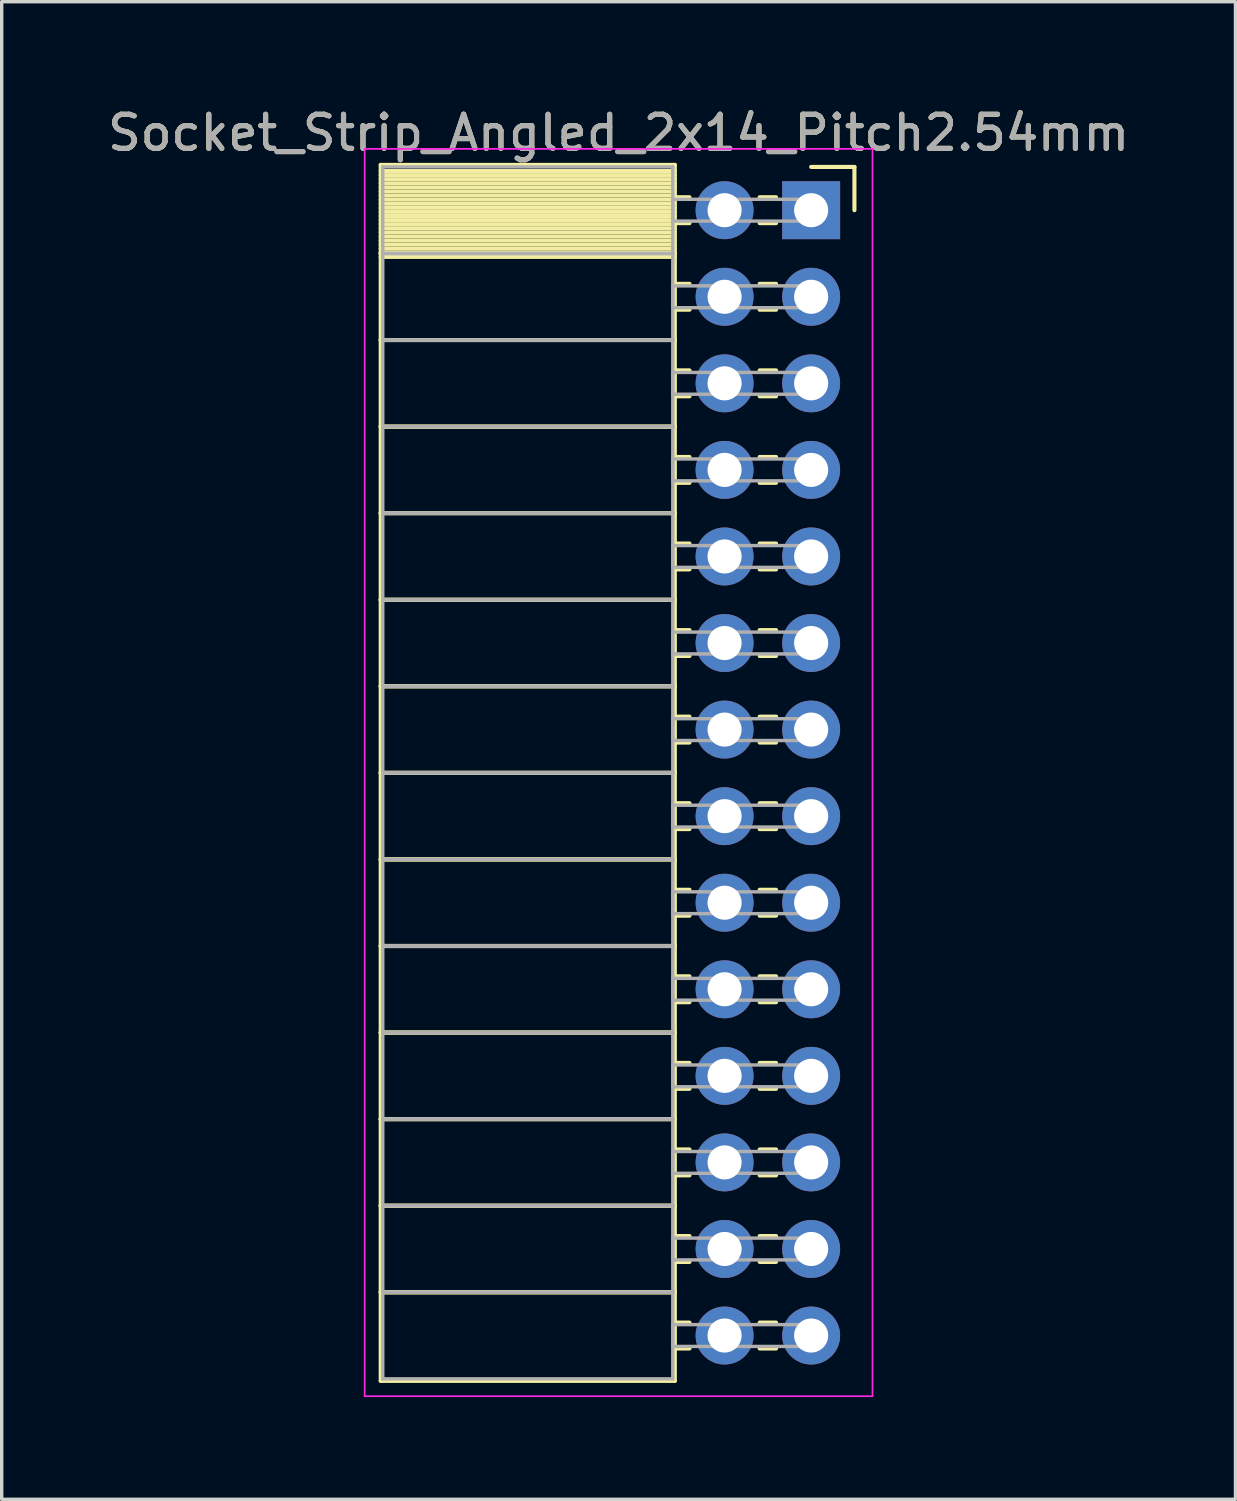
<source format=kicad_pcb>
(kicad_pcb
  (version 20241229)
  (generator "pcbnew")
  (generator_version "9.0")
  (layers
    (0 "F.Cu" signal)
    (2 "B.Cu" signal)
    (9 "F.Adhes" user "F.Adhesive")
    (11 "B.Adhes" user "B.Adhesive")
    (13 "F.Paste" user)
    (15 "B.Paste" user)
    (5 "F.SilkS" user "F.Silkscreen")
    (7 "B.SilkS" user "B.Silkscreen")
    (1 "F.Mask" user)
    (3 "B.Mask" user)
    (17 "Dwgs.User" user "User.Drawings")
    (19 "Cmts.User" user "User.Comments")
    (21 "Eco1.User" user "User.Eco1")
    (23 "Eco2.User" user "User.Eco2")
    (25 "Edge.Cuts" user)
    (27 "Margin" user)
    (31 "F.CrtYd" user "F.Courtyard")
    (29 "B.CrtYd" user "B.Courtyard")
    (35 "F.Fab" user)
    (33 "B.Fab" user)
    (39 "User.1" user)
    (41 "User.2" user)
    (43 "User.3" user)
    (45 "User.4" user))
  (footprint "Socket_Strip_Angled_2x14_Pitch2.54mm"
    (layer "F.Cu")
    (at 20.751 3.118)
    (property "Reference" "Socket_Strip_Angled_2x14_Pitch2.54mm" (at -5.65 -2.27 0) (layer "F.SilkS") (effects (font (size 1 1) (thickness 0.15))))
    (attr through_hole)
    (fp_line (start -12.63 -1.33) (end -4 -1.33) (stroke (width 0.12) (type solid)) (layer "F.SilkS"))
    (fp_line (start -12.63 1.27) (end -12.63 -1.33) (stroke (width 0.12) (type solid)) (layer "F.SilkS"))
    (fp_line (start -12.63 1.27) (end -4 1.27) (stroke (width 0.12) (type solid)) (layer "F.SilkS"))
    (fp_line (start -12.63 3.81) (end -12.63 1.27) (stroke (width 0.12) (type solid)) (layer "F.SilkS"))
    (fp_line (start -12.63 3.81) (end -4 3.81) (stroke (width 0.12) (type solid)) (layer "F.SilkS"))
    (fp_line (start -12.63 6.35) (end -12.63 3.81) (stroke (width 0.12) (type solid)) (layer "F.SilkS"))
    (fp_line (start -12.63 6.35) (end -4 6.35) (stroke (width 0.12) (type solid)) (layer "F.SilkS"))
    (fp_line (start -12.63 8.89) (end -12.63 6.35) (stroke (width 0.12) (type solid)) (layer "F.SilkS"))
    (fp_line (start -12.63 8.89) (end -4 8.89) (stroke (width 0.12) (type solid)) (layer "F.SilkS"))
    (fp_line (start -12.63 11.43) (end -12.63 8.89) (stroke (width 0.12) (type solid)) (layer "F.SilkS"))
    (fp_line (start -12.63 11.43) (end -4 11.43) (stroke (width 0.12) (type solid)) (layer "F.SilkS"))
    (fp_line (start -12.63 13.97) (end -12.63 11.43) (stroke (width 0.12) (type solid)) (layer "F.SilkS"))
    (fp_line (start -12.63 13.97) (end -4 13.97) (stroke (width 0.12) (type solid)) (layer "F.SilkS"))
    (fp_line (start -12.63 16.51) (end -12.63 13.97) (stroke (width 0.12) (type solid)) (layer "F.SilkS"))
    (fp_line (start -12.63 16.51) (end -4 16.51) (stroke (width 0.12) (type solid)) (layer "F.SilkS"))
    (fp_line (start -12.63 19.05) (end -12.63 16.51) (stroke (width 0.12) (type solid)) (layer "F.SilkS"))
    (fp_line (start -12.63 19.05) (end -4 19.05) (stroke (width 0.12) (type solid)) (layer "F.SilkS"))
    (fp_line (start -12.63 21.59) (end -12.63 19.05) (stroke (width 0.12) (type solid)) (layer "F.SilkS"))
    (fp_line (start -12.63 21.59) (end -4 21.59) (stroke (width 0.12) (type solid)) (layer "F.SilkS"))
    (fp_line (start -12.63 24.13) (end -12.63 21.59) (stroke (width 0.12) (type solid)) (layer "F.SilkS"))
    (fp_line (start -12.63 24.13) (end -4 24.13) (stroke (width 0.12) (type solid)) (layer "F.SilkS"))
    (fp_line (start -12.63 26.67) (end -12.63 24.13) (stroke (width 0.12) (type solid)) (layer "F.SilkS"))
    (fp_line (start -12.63 26.67) (end -4 26.67) (stroke (width 0.12) (type solid)) (layer "F.SilkS"))
    (fp_line (start -12.63 29.21) (end -12.63 26.67) (stroke (width 0.12) (type solid)) (layer "F.SilkS"))
    (fp_line (start -12.63 29.21) (end -4 29.21) (stroke (width 0.12) (type solid)) (layer "F.SilkS"))
    (fp_line (start -12.63 31.75) (end -12.63 29.21) (stroke (width 0.12) (type solid)) (layer "F.SilkS"))
    (fp_line (start -12.63 31.75) (end -4 31.75) (stroke (width 0.12) (type solid)) (layer "F.SilkS"))
    (fp_line (start -12.63 34.35) (end -12.63 31.75) (stroke (width 0.12) (type solid)) (layer "F.SilkS"))
    (fp_line (start -4 -1.33) (end -4 1.27) (stroke (width 0.12) (type solid)) (layer "F.SilkS"))
    (fp_line (start -4 -1.15) (end -12.63 -1.15) (stroke (width 0.12) (type solid)) (layer "F.SilkS"))
    (fp_line (start -4 -1.03) (end -12.63 -1.03) (stroke (width 0.12) (type solid)) (layer "F.SilkS"))
    (fp_line (start -4 -0.91) (end -12.63 -0.91) (stroke (width 0.12) (type solid)) (layer "F.SilkS"))
    (fp_line (start -4 -0.79) (end -12.63 -0.79) (stroke (width 0.12) (type solid)) (layer "F.SilkS"))
    (fp_line (start -4 -0.67) (end -12.63 -0.67) (stroke (width 0.12) (type solid)) (layer "F.SilkS"))
    (fp_line (start -4 -0.55) (end -12.63 -0.55) (stroke (width 0.12) (type solid)) (layer "F.SilkS"))
    (fp_line (start -4 -0.43) (end -12.63 -0.43) (stroke (width 0.12) (type solid)) (layer "F.SilkS"))
    (fp_line (start -4 -0.31) (end -12.63 -0.31) (stroke (width 0.12) (type solid)) (layer "F.SilkS"))
    (fp_line (start -4 -0.19) (end -12.63 -0.19) (stroke (width 0.12) (type solid)) (layer "F.SilkS"))
    (fp_line (start -4 -0.07) (end -12.63 -0.07) (stroke (width 0.12) (type solid)) (layer "F.SilkS"))
    (fp_line (start -4 0.05) (end -12.63 0.05) (stroke (width 0.12) (type solid)) (layer "F.SilkS"))
    (fp_line (start -4 0.17) (end -12.63 0.17) (stroke (width 0.12) (type solid)) (layer "F.SilkS"))
    (fp_line (start -4 0.29) (end -12.63 0.29) (stroke (width 0.12) (type solid)) (layer "F.SilkS"))
    (fp_line (start -4 0.41) (end -12.63 0.41) (stroke (width 0.12) (type solid)) (layer "F.SilkS"))
    (fp_line (start -4 0.53) (end -12.63 0.53) (stroke (width 0.12) (type solid)) (layer "F.SilkS"))
    (fp_line (start -4 0.65) (end -12.63 0.65) (stroke (width 0.12) (type solid)) (layer "F.SilkS"))
    (fp_line (start -4 0.77) (end -12.63 0.77) (stroke (width 0.12) (type solid)) (layer "F.SilkS"))
    (fp_line (start -4 0.89) (end -12.63 0.89) (stroke (width 0.12) (type solid)) (layer "F.SilkS"))
    (fp_line (start -4 1.01) (end -12.63 1.01) (stroke (width 0.12) (type solid)) (layer "F.SilkS"))
    (fp_line (start -4 1.13) (end -12.63 1.13) (stroke (width 0.12) (type solid)) (layer "F.SilkS"))
    (fp_line (start -4 1.25) (end -12.63 1.25) (stroke (width 0.12) (type solid)) (layer "F.SilkS"))
    (fp_line (start -4 1.27) (end -12.63 1.27) (stroke (width 0.12) (type solid)) (layer "F.SilkS"))
    (fp_line (start -4 1.27) (end -4 3.81) (stroke (width 0.12) (type solid)) (layer "F.SilkS"))
    (fp_line (start -4 1.37) (end -12.63 1.37) (stroke (width 0.12) (type solid)) (layer "F.SilkS"))
    (fp_line (start -4 3.81) (end -12.63 3.81) (stroke (width 0.12) (type solid)) (layer "F.SilkS"))
    (fp_line (start -4 3.81) (end -4 6.35) (stroke (width 0.12) (type solid)) (layer "F.SilkS"))
    (fp_line (start -4 6.35) (end -12.63 6.35) (stroke (width 0.12) (type solid)) (layer "F.SilkS"))
    (fp_line (start -4 6.35) (end -4 8.89) (stroke (width 0.12) (type solid)) (layer "F.SilkS"))
    (fp_line (start -4 8.89) (end -12.63 8.89) (stroke (width 0.12) (type solid)) (layer "F.SilkS"))
    (fp_line (start -4 8.89) (end -4 11.43) (stroke (width 0.12) (type solid)) (layer "F.SilkS"))
    (fp_line (start -4 11.43) (end -12.63 11.43) (stroke (width 0.12) (type solid)) (layer "F.SilkS"))
    (fp_line (start -4 11.43) (end -4 13.97) (stroke (width 0.12) (type solid)) (layer "F.SilkS"))
    (fp_line (start -4 13.97) (end -12.63 13.97) (stroke (width 0.12) (type solid)) (layer "F.SilkS"))
    (fp_line (start -4 13.97) (end -4 16.51) (stroke (width 0.12) (type solid)) (layer "F.SilkS"))
    (fp_line (start -4 16.51) (end -12.63 16.51) (stroke (width 0.12) (type solid)) (layer "F.SilkS"))
    (fp_line (start -4 16.51) (end -4 19.05) (stroke (width 0.12) (type solid)) (layer "F.SilkS"))
    (fp_line (start -4 19.05) (end -12.63 19.05) (stroke (width 0.12) (type solid)) (layer "F.SilkS"))
    (fp_line (start -4 19.05) (end -4 21.59) (stroke (width 0.12) (type solid)) (layer "F.SilkS"))
    (fp_line (start -4 21.59) (end -12.63 21.59) (stroke (width 0.12) (type solid)) (layer "F.SilkS"))
    (fp_line (start -4 21.59) (end -4 24.13) (stroke (width 0.12) (type solid)) (layer "F.SilkS"))
    (fp_line (start -4 24.13) (end -12.63 24.13) (stroke (width 0.12) (type solid)) (layer "F.SilkS"))
    (fp_line (start -4 24.13) (end -4 26.67) (stroke (width 0.12) (type solid)) (layer "F.SilkS"))
    (fp_line (start -4 26.67) (end -12.63 26.67) (stroke (width 0.12) (type solid)) (layer "F.SilkS"))
    (fp_line (start -4 26.67) (end -4 29.21) (stroke (width 0.12) (type solid)) (layer "F.SilkS"))
    (fp_line (start -4 29.21) (end -12.63 29.21) (stroke (width 0.12) (type solid)) (layer "F.SilkS"))
    (fp_line (start -4 29.21) (end -4 31.75) (stroke (width 0.12) (type solid)) (layer "F.SilkS"))
    (fp_line (start -4 31.75) (end -12.63 31.75) (stroke (width 0.12) (type solid)) (layer "F.SilkS"))
    (fp_line (start -4 31.75) (end -4 34.35) (stroke (width 0.12) (type solid)) (layer "F.SilkS"))
    (fp_line (start -4 34.35) (end -12.63 34.35) (stroke (width 0.12) (type solid)) (layer "F.SilkS"))
    (fp_line (start -3.57 -0.38) (end -4 -0.38) (stroke (width 0.12) (type solid)) (layer "F.SilkS"))
    (fp_line (start -3.57 0.38) (end -4 0.38) (stroke (width 0.12) (type solid)) (layer "F.SilkS"))
    (fp_line (start -3.57 2.16) (end -4 2.16) (stroke (width 0.12) (type solid)) (layer "F.SilkS"))
    (fp_line (start -3.57 2.92) (end -4 2.92) (stroke (width 0.12) (type solid)) (layer "F.SilkS"))
    (fp_line (start -3.57 4.7) (end -4 4.7) (stroke (width 0.12) (type solid)) (layer "F.SilkS"))
    (fp_line (start -3.57 5.46) (end -4 5.46) (stroke (width 0.12) (type solid)) (layer "F.SilkS"))
    (fp_line (start -3.57 7.24) (end -4 7.24) (stroke (width 0.12) (type solid)) (layer "F.SilkS"))
    (fp_line (start -3.57 8) (end -4 8) (stroke (width 0.12) (type solid)) (layer "F.SilkS"))
    (fp_line (start -3.57 9.78) (end -4 9.78) (stroke (width 0.12) (type solid)) (layer "F.SilkS"))
    (fp_line (start -3.57 10.54) (end -4 10.54) (stroke (width 0.12) (type solid)) (layer "F.SilkS"))
    (fp_line (start -3.57 12.32) (end -4 12.32) (stroke (width 0.12) (type solid)) (layer "F.SilkS"))
    (fp_line (start -3.57 13.08) (end -4 13.08) (stroke (width 0.12) (type solid)) (layer "F.SilkS"))
    (fp_line (start -3.57 14.86) (end -4 14.86) (stroke (width 0.12) (type solid)) (layer "F.SilkS"))
    (fp_line (start -3.57 15.62) (end -4 15.62) (stroke (width 0.12) (type solid)) (layer "F.SilkS"))
    (fp_line (start -3.57 17.4) (end -4 17.4) (stroke (width 0.12) (type solid)) (layer "F.SilkS"))
    (fp_line (start -3.57 18.16) (end -4 18.16) (stroke (width 0.12) (type solid)) (layer "F.SilkS"))
    (fp_line (start -3.57 19.94) (end -4 19.94) (stroke (width 0.12) (type solid)) (layer "F.SilkS"))
    (fp_line (start -3.57 20.7) (end -4 20.7) (stroke (width 0.12) (type solid)) (layer "F.SilkS"))
    (fp_line (start -3.57 22.48) (end -4 22.48) (stroke (width 0.12) (type solid)) (layer "F.SilkS"))
    (fp_line (start -3.57 23.24) (end -4 23.24) (stroke (width 0.12) (type solid)) (layer "F.SilkS"))
    (fp_line (start -3.57 25.02) (end -4 25.02) (stroke (width 0.12) (type solid)) (layer "F.SilkS"))
    (fp_line (start -3.57 25.78) (end -4 25.78) (stroke (width 0.12) (type solid)) (layer "F.SilkS"))
    (fp_line (start -3.57 27.56) (end -4 27.56) (stroke (width 0.12) (type solid)) (layer "F.SilkS"))
    (fp_line (start -3.57 28.32) (end -4 28.32) (stroke (width 0.12) (type solid)) (layer "F.SilkS"))
    (fp_line (start -3.57 30.1) (end -4 30.1) (stroke (width 0.12) (type solid)) (layer "F.SilkS"))
    (fp_line (start -3.57 30.86) (end -4 30.86) (stroke (width 0.12) (type solid)) (layer "F.SilkS"))
    (fp_line (start -3.57 32.64) (end -4 32.64) (stroke (width 0.12) (type solid)) (layer "F.SilkS"))
    (fp_line (start -3.57 33.4) (end -4 33.4) (stroke (width 0.12) (type solid)) (layer "F.SilkS"))
    (fp_line (start -1.03 -0.38) (end -1.51 -0.38) (stroke (width 0.12) (type solid)) (layer "F.SilkS"))
    (fp_line (start -1.03 0.38) (end -1.51 0.38) (stroke (width 0.12) (type solid)) (layer "F.SilkS"))
    (fp_line (start -1.03 2.16) (end -1.51 2.16) (stroke (width 0.12) (type solid)) (layer "F.SilkS"))
    (fp_line (start -1.03 2.92) (end -1.51 2.92) (stroke (width 0.12) (type solid)) (layer "F.SilkS"))
    (fp_line (start -1.03 4.7) (end -1.51 4.7) (stroke (width 0.12) (type solid)) (layer "F.SilkS"))
    (fp_line (start -1.03 5.46) (end -1.51 5.46) (stroke (width 0.12) (type solid)) (layer "F.SilkS"))
    (fp_line (start -1.03 7.24) (end -1.51 7.24) (stroke (width 0.12) (type solid)) (layer "F.SilkS"))
    (fp_line (start -1.03 8) (end -1.51 8) (stroke (width 0.12) (type solid)) (layer "F.SilkS"))
    (fp_line (start -1.03 9.78) (end -1.51 9.78) (stroke (width 0.12) (type solid)) (layer "F.SilkS"))
    (fp_line (start -1.03 10.54) (end -1.51 10.54) (stroke (width 0.12) (type solid)) (layer "F.SilkS"))
    (fp_line (start -1.03 12.32) (end -1.51 12.32) (stroke (width 0.12) (type solid)) (layer "F.SilkS"))
    (fp_line (start -1.03 13.08) (end -1.51 13.08) (stroke (width 0.12) (type solid)) (layer "F.SilkS"))
    (fp_line (start -1.03 14.86) (end -1.51 14.86) (stroke (width 0.12) (type solid)) (layer "F.SilkS"))
    (fp_line (start -1.03 15.62) (end -1.51 15.62) (stroke (width 0.12) (type solid)) (layer "F.SilkS"))
    (fp_line (start -1.03 17.4) (end -1.51 17.4) (stroke (width 0.12) (type solid)) (layer "F.SilkS"))
    (fp_line (start -1.03 18.16) (end -1.51 18.16) (stroke (width 0.12) (type solid)) (layer "F.SilkS"))
    (fp_line (start -1.03 19.94) (end -1.51 19.94) (stroke (width 0.12) (type solid)) (layer "F.SilkS"))
    (fp_line (start -1.03 20.7) (end -1.51 20.7) (stroke (width 0.12) (type solid)) (layer "F.SilkS"))
    (fp_line (start -1.03 22.48) (end -1.51 22.48) (stroke (width 0.12) (type solid)) (layer "F.SilkS"))
    (fp_line (start -1.03 23.24) (end -1.51 23.24) (stroke (width 0.12) (type solid)) (layer "F.SilkS"))
    (fp_line (start -1.03 25.02) (end -1.51 25.02) (stroke (width 0.12) (type solid)) (layer "F.SilkS"))
    (fp_line (start -1.03 25.78) (end -1.51 25.78) (stroke (width 0.12) (type solid)) (layer "F.SilkS"))
    (fp_line (start -1.03 27.56) (end -1.51 27.56) (stroke (width 0.12) (type solid)) (layer "F.SilkS"))
    (fp_line (start -1.03 28.32) (end -1.51 28.32) (stroke (width 0.12) (type solid)) (layer "F.SilkS"))
    (fp_line (start -1.03 30.1) (end -1.51 30.1) (stroke (width 0.12) (type solid)) (layer "F.SilkS"))
    (fp_line (start -1.03 30.86) (end -1.51 30.86) (stroke (width 0.12) (type solid)) (layer "F.SilkS"))
    (fp_line (start -1.03 32.64) (end -1.51 32.64) (stroke (width 0.12) (type solid)) (layer "F.SilkS"))
    (fp_line (start -1.03 33.4) (end -1.51 33.4) (stroke (width 0.12) (type solid)) (layer "F.SilkS"))
    (fp_line (start 0 -1.27) (end 1.27 -1.27) (stroke (width 0.12) (type solid)) (layer "F.SilkS"))
    (fp_line (start 1.27 -1.27) (end 1.27 0) (stroke (width 0.12) (type solid)) (layer "F.SilkS"))
    (fp_line (start -13.1 -1.8) (end 1.8 -1.8) (stroke (width 0.05) (type solid)) (layer "F.CrtYd"))
    (fp_line (start -13.1 34.8) (end -13.1 -1.8) (stroke (width 0.05) (type solid)) (layer "F.CrtYd"))
    (fp_line (start 1.8 -1.8) (end 1.8 34.8) (stroke (width 0.05) (type solid)) (layer "F.CrtYd"))
    (fp_line (start 1.8 34.8) (end -13.1 34.8) (stroke (width 0.05) (type solid)) (layer "F.CrtYd"))
    (fp_line (start -12.57 -1.27) (end -4.06 -1.27) (stroke (width 0.1) (type solid)) (layer "F.Fab"))
    (fp_line (start -12.57 1.27) (end -12.57 -1.27) (stroke (width 0.1) (type solid)) (layer "F.Fab"))
    (fp_line (start -12.57 1.27) (end -4.06 1.27) (stroke (width 0.1) (type solid)) (layer "F.Fab"))
    (fp_line (start -12.57 3.81) (end -12.57 1.27) (stroke (width 0.1) (type solid)) (layer "F.Fab"))
    (fp_line (start -12.57 3.81) (end -4.06 3.81) (stroke (width 0.1) (type solid)) (layer "F.Fab"))
    (fp_line (start -12.57 6.35) (end -12.57 3.81) (stroke (width 0.1) (type solid)) (layer "F.Fab"))
    (fp_line (start -12.57 6.35) (end -4.06 6.35) (stroke (width 0.1) (type solid)) (layer "F.Fab"))
    (fp_line (start -12.57 8.89) (end -12.57 6.35) (stroke (width 0.1) (type solid)) (layer "F.Fab"))
    (fp_line (start -12.57 8.89) (end -4.06 8.89) (stroke (width 0.1) (type solid)) (layer "F.Fab"))
    (fp_line (start -12.57 11.43) (end -12.57 8.89) (stroke (width 0.1) (type solid)) (layer "F.Fab"))
    (fp_line (start -12.57 11.43) (end -4.06 11.43) (stroke (width 0.1) (type solid)) (layer "F.Fab"))
    (fp_line (start -12.57 13.97) (end -12.57 11.43) (stroke (width 0.1) (type solid)) (layer "F.Fab"))
    (fp_line (start -12.57 13.97) (end -4.06 13.97) (stroke (width 0.1) (type solid)) (layer "F.Fab"))
    (fp_line (start -12.57 16.51) (end -12.57 13.97) (stroke (width 0.1) (type solid)) (layer "F.Fab"))
    (fp_line (start -12.57 16.51) (end -4.06 16.51) (stroke (width 0.1) (type solid)) (layer "F.Fab"))
    (fp_line (start -12.57 19.05) (end -12.57 16.51) (stroke (width 0.1) (type solid)) (layer "F.Fab"))
    (fp_line (start -12.57 19.05) (end -4.06 19.05) (stroke (width 0.1) (type solid)) (layer "F.Fab"))
    (fp_line (start -12.57 21.59) (end -12.57 19.05) (stroke (width 0.1) (type solid)) (layer "F.Fab"))
    (fp_line (start -12.57 21.59) (end -4.06 21.59) (stroke (width 0.1) (type solid)) (layer "F.Fab"))
    (fp_line (start -12.57 24.13) (end -12.57 21.59) (stroke (width 0.1) (type solid)) (layer "F.Fab"))
    (fp_line (start -12.57 24.13) (end -4.06 24.13) (stroke (width 0.1) (type solid)) (layer "F.Fab"))
    (fp_line (start -12.57 26.67) (end -12.57 24.13) (stroke (width 0.1) (type solid)) (layer "F.Fab"))
    (fp_line (start -12.57 26.67) (end -4.06 26.67) (stroke (width 0.1) (type solid)) (layer "F.Fab"))
    (fp_line (start -12.57 29.21) (end -12.57 26.67) (stroke (width 0.1) (type solid)) (layer "F.Fab"))
    (fp_line (start -12.57 29.21) (end -4.06 29.21) (stroke (width 0.1) (type solid)) (layer "F.Fab"))
    (fp_line (start -12.57 31.75) (end -12.57 29.21) (stroke (width 0.1) (type solid)) (layer "F.Fab"))
    (fp_line (start -12.57 31.75) (end -4.06 31.75) (stroke (width 0.1) (type solid)) (layer "F.Fab"))
    (fp_line (start -12.57 34.29) (end -12.57 31.75) (stroke (width 0.1) (type solid)) (layer "F.Fab"))
    (fp_line (start -4.06 -1.27) (end -4.06 1.27) (stroke (width 0.1) (type solid)) (layer "F.Fab"))
    (fp_line (start -4.06 -0.32) (end 0 -0.32) (stroke (width 0.1) (type solid)) (layer "F.Fab"))
    (fp_line (start -4.06 0.32) (end -4.06 -0.32) (stroke (width 0.1) (type solid)) (layer "F.Fab"))
    (fp_line (start -4.06 1.27) (end -12.57 1.27) (stroke (width 0.1) (type solid)) (layer "F.Fab"))
    (fp_line (start -4.06 1.27) (end -4.06 3.81) (stroke (width 0.1) (type solid)) (layer "F.Fab"))
    (fp_line (start -4.06 2.22) (end 0 2.22) (stroke (width 0.1) (type solid)) (layer "F.Fab"))
    (fp_line (start -4.06 2.86) (end -4.06 2.22) (stroke (width 0.1) (type solid)) (layer "F.Fab"))
    (fp_line (start -4.06 3.81) (end -12.57 3.81) (stroke (width 0.1) (type solid)) (layer "F.Fab"))
    (fp_line (start -4.06 3.81) (end -4.06 6.35) (stroke (width 0.1) (type solid)) (layer "F.Fab"))
    (fp_line (start -4.06 4.76) (end 0 4.76) (stroke (width 0.1) (type solid)) (layer "F.Fab"))
    (fp_line (start -4.06 5.4) (end -4.06 4.76) (stroke (width 0.1) (type solid)) (layer "F.Fab"))
    (fp_line (start -4.06 6.35) (end -12.57 6.35) (stroke (width 0.1) (type solid)) (layer "F.Fab"))
    (fp_line (start -4.06 6.35) (end -4.06 8.89) (stroke (width 0.1) (type solid)) (layer "F.Fab"))
    (fp_line (start -4.06 7.3) (end 0 7.3) (stroke (width 0.1) (type solid)) (layer "F.Fab"))
    (fp_line (start -4.06 7.94) (end -4.06 7.3) (stroke (width 0.1) (type solid)) (layer "F.Fab"))
    (fp_line (start -4.06 8.89) (end -12.57 8.89) (stroke (width 0.1) (type solid)) (layer "F.Fab"))
    (fp_line (start -4.06 8.89) (end -4.06 11.43) (stroke (width 0.1) (type solid)) (layer "F.Fab"))
    (fp_line (start -4.06 9.84) (end 0 9.84) (stroke (width 0.1) (type solid)) (layer "F.Fab"))
    (fp_line (start -4.06 10.48) (end -4.06 9.84) (stroke (width 0.1) (type solid)) (layer "F.Fab"))
    (fp_line (start -4.06 11.43) (end -12.57 11.43) (stroke (width 0.1) (type solid)) (layer "F.Fab"))
    (fp_line (start -4.06 11.43) (end -4.06 13.97) (stroke (width 0.1) (type solid)) (layer "F.Fab"))
    (fp_line (start -4.06 12.38) (end 0 12.38) (stroke (width 0.1) (type solid)) (layer "F.Fab"))
    (fp_line (start -4.06 13.02) (end -4.06 12.38) (stroke (width 0.1) (type solid)) (layer "F.Fab"))
    (fp_line (start -4.06 13.97) (end -12.57 13.97) (stroke (width 0.1) (type solid)) (layer "F.Fab"))
    (fp_line (start -4.06 13.97) (end -4.06 16.51) (stroke (width 0.1) (type solid)) (layer "F.Fab"))
    (fp_line (start -4.06 14.92) (end 0 14.92) (stroke (width 0.1) (type solid)) (layer "F.Fab"))
    (fp_line (start -4.06 15.56) (end -4.06 14.92) (stroke (width 0.1) (type solid)) (layer "F.Fab"))
    (fp_line (start -4.06 16.51) (end -12.57 16.51) (stroke (width 0.1) (type solid)) (layer "F.Fab"))
    (fp_line (start -4.06 16.51) (end -4.06 19.05) (stroke (width 0.1) (type solid)) (layer "F.Fab"))
    (fp_line (start -4.06 17.46) (end 0 17.46) (stroke (width 0.1) (type solid)) (layer "F.Fab"))
    (fp_line (start -4.06 18.1) (end -4.06 17.46) (stroke (width 0.1) (type solid)) (layer "F.Fab"))
    (fp_line (start -4.06 19.05) (end -12.57 19.05) (stroke (width 0.1) (type solid)) (layer "F.Fab"))
    (fp_line (start -4.06 19.05) (end -4.06 21.59) (stroke (width 0.1) (type solid)) (layer "F.Fab"))
    (fp_line (start -4.06 20) (end 0 20) (stroke (width 0.1) (type solid)) (layer "F.Fab"))
    (fp_line (start -4.06 20.64) (end -4.06 20) (stroke (width 0.1) (type solid)) (layer "F.Fab"))
    (fp_line (start -4.06 21.59) (end -12.57 21.59) (stroke (width 0.1) (type solid)) (layer "F.Fab"))
    (fp_line (start -4.06 21.59) (end -4.06 24.13) (stroke (width 0.1) (type solid)) (layer "F.Fab"))
    (fp_line (start -4.06 22.54) (end 0 22.54) (stroke (width 0.1) (type solid)) (layer "F.Fab"))
    (fp_line (start -4.06 23.18) (end -4.06 22.54) (stroke (width 0.1) (type solid)) (layer "F.Fab"))
    (fp_line (start -4.06 24.13) (end -12.57 24.13) (stroke (width 0.1) (type solid)) (layer "F.Fab"))
    (fp_line (start -4.06 24.13) (end -4.06 26.67) (stroke (width 0.1) (type solid)) (layer "F.Fab"))
    (fp_line (start -4.06 25.08) (end 0 25.08) (stroke (width 0.1) (type solid)) (layer "F.Fab"))
    (fp_line (start -4.06 25.72) (end -4.06 25.08) (stroke (width 0.1) (type solid)) (layer "F.Fab"))
    (fp_line (start -4.06 26.67) (end -12.57 26.67) (stroke (width 0.1) (type solid)) (layer "F.Fab"))
    (fp_line (start -4.06 26.67) (end -4.06 29.21) (stroke (width 0.1) (type solid)) (layer "F.Fab"))
    (fp_line (start -4.06 27.62) (end 0 27.62) (stroke (width 0.1) (type solid)) (layer "F.Fab"))
    (fp_line (start -4.06 28.26) (end -4.06 27.62) (stroke (width 0.1) (type solid)) (layer "F.Fab"))
    (fp_line (start -4.06 29.21) (end -12.57 29.21) (stroke (width 0.1) (type solid)) (layer "F.Fab"))
    (fp_line (start -4.06 29.21) (end -4.06 31.75) (stroke (width 0.1) (type solid)) (layer "F.Fab"))
    (fp_line (start -4.06 30.16) (end 0 30.16) (stroke (width 0.1) (type solid)) (layer "F.Fab"))
    (fp_line (start -4.06 30.8) (end -4.06 30.16) (stroke (width 0.1) (type solid)) (layer "F.Fab"))
    (fp_line (start -4.06 31.75) (end -12.57 31.75) (stroke (width 0.1) (type solid)) (layer "F.Fab"))
    (fp_line (start -4.06 31.75) (end -4.06 34.29) (stroke (width 0.1) (type solid)) (layer "F.Fab"))
    (fp_line (start -4.06 32.7) (end 0 32.7) (stroke (width 0.1) (type solid)) (layer "F.Fab"))
    (fp_line (start -4.06 33.34) (end -4.06 32.7) (stroke (width 0.1) (type solid)) (layer "F.Fab"))
    (fp_line (start -4.06 34.29) (end -12.57 34.29) (stroke (width 0.1) (type solid)) (layer "F.Fab"))
    (fp_line (start 0 -0.32) (end 0 0.32) (stroke (width 0.1) (type solid)) (layer "F.Fab"))
    (fp_line (start 0 0.32) (end -4.06 0.32) (stroke (width 0.1) (type solid)) (layer "F.Fab"))
    (fp_line (start 0 2.22) (end 0 2.86) (stroke (width 0.1) (type solid)) (layer "F.Fab"))
    (fp_line (start 0 2.86) (end -4.06 2.86) (stroke (width 0.1) (type solid)) (layer "F.Fab"))
    (fp_line (start 0 4.76) (end 0 5.4) (stroke (width 0.1) (type solid)) (layer "F.Fab"))
    (fp_line (start 0 5.4) (end -4.06 5.4) (stroke (width 0.1) (type solid)) (layer "F.Fab"))
    (fp_line (start 0 7.3) (end 0 7.94) (stroke (width 0.1) (type solid)) (layer "F.Fab"))
    (fp_line (start 0 7.94) (end -4.06 7.94) (stroke (width 0.1) (type solid)) (layer "F.Fab"))
    (fp_line (start 0 9.84) (end 0 10.48) (stroke (width 0.1) (type solid)) (layer "F.Fab"))
    (fp_line (start 0 10.48) (end -4.06 10.48) (stroke (width 0.1) (type solid)) (layer "F.Fab"))
    (fp_line (start 0 12.38) (end 0 13.02) (stroke (width 0.1) (type solid)) (layer "F.Fab"))
    (fp_line (start 0 13.02) (end -4.06 13.02) (stroke (width 0.1) (type solid)) (layer "F.Fab"))
    (fp_line (start 0 14.92) (end 0 15.56) (stroke (width 0.1) (type solid)) (layer "F.Fab"))
    (fp_line (start 0 15.56) (end -4.06 15.56) (stroke (width 0.1) (type solid)) (layer "F.Fab"))
    (fp_line (start 0 17.46) (end 0 18.1) (stroke (width 0.1) (type solid)) (layer "F.Fab"))
    (fp_line (start 0 18.1) (end -4.06 18.1) (stroke (width 0.1) (type solid)) (layer "F.Fab"))
    (fp_line (start 0 20) (end 0 20.64) (stroke (width 0.1) (type solid)) (layer "F.Fab"))
    (fp_line (start 0 20.64) (end -4.06 20.64) (stroke (width 0.1) (type solid)) (layer "F.Fab"))
    (fp_line (start 0 22.54) (end 0 23.18) (stroke (width 0.1) (type solid)) (layer "F.Fab"))
    (fp_line (start 0 23.18) (end -4.06 23.18) (stroke (width 0.1) (type solid)) (layer "F.Fab"))
    (fp_line (start 0 25.08) (end 0 25.72) (stroke (width 0.1) (type solid)) (layer "F.Fab"))
    (fp_line (start 0 25.72) (end -4.06 25.72) (stroke (width 0.1) (type solid)) (layer "F.Fab"))
    (fp_line (start 0 27.62) (end 0 28.26) (stroke (width 0.1) (type solid)) (layer "F.Fab"))
    (fp_line (start 0 28.26) (end -4.06 28.26) (stroke (width 0.1) (type solid)) (layer "F.Fab"))
    (fp_line (start 0 30.16) (end 0 30.8) (stroke (width 0.1) (type solid)) (layer "F.Fab"))
    (fp_line (start 0 30.8) (end -4.06 30.8) (stroke (width 0.1) (type solid)) (layer "F.Fab"))
    (fp_line (start 0 32.7) (end 0 33.34) (stroke (width 0.1) (type solid)) (layer "F.Fab"))
    (fp_line (start 0 33.34) (end -4.06 33.34) (stroke (width 0.1) (type solid)) (layer "F.Fab"))
    (fp_text user "${REFERENCE}" (at -5.65 -2.27 0) (layer "F.Fab") (effects (font (size 1 1) (thickness 0.15))))
    (pad "1" thru_hole rect (at 0 0) (size 1.7 1.7) (drill 1) (layers "*.Cu" "*.Mask"))
    (pad "2" thru_hole oval (at -2.54 0) (size 1.7 1.7) (drill 1) (layers "*.Cu" "*.Mask"))
    (pad "3" thru_hole oval (at 0 2.54) (size 1.7 1.7) (drill 1) (layers "*.Cu" "*.Mask"))
    (pad "4" thru_hole oval (at -2.54 2.54) (size 1.7 1.7) (drill 1) (layers "*.Cu" "*.Mask"))
    (pad "5" thru_hole oval (at 0 5.08) (size 1.7 1.7) (drill 1) (layers "*.Cu" "*.Mask"))
    (pad "6" thru_hole oval (at -2.54 5.08) (size 1.7 1.7) (drill 1) (layers "*.Cu" "*.Mask"))
    (pad "7" thru_hole oval (at 0 7.62) (size 1.7 1.7) (drill 1) (layers "*.Cu" "*.Mask"))
    (pad "8" thru_hole oval (at -2.54 7.62) (size 1.7 1.7) (drill 1) (layers "*.Cu" "*.Mask"))
    (pad "9" thru_hole oval (at 0 10.16) (size 1.7 1.7) (drill 1) (layers "*.Cu" "*.Mask"))
    (pad "10" thru_hole oval (at -2.54 10.16) (size 1.7 1.7) (drill 1) (layers "*.Cu" "*.Mask"))
    (pad "11" thru_hole oval (at 0 12.7) (size 1.7 1.7) (drill 1) (layers "*.Cu" "*.Mask"))
    (pad "12" thru_hole oval (at -2.54 12.7) (size 1.7 1.7) (drill 1) (layers "*.Cu" "*.Mask"))
    (pad "13" thru_hole oval (at 0 15.24) (size 1.7 1.7) (drill 1) (layers "*.Cu" "*.Mask"))
    (pad "14" thru_hole oval (at -2.54 15.24) (size 1.7 1.7) (drill 1) (layers "*.Cu" "*.Mask"))
    (pad "15" thru_hole oval (at 0 17.78) (size 1.7 1.7) (drill 1) (layers "*.Cu" "*.Mask"))
    (pad "16" thru_hole oval (at -2.54 17.78) (size 1.7 1.7) (drill 1) (layers "*.Cu" "*.Mask"))
    (pad "17" thru_hole oval (at 0 20.32) (size 1.7 1.7) (drill 1) (layers "*.Cu" "*.Mask"))
    (pad "18" thru_hole oval (at -2.54 20.32) (size 1.7 1.7) (drill 1) (layers "*.Cu" "*.Mask"))
    (pad "19" thru_hole oval (at 0 22.86) (size 1.7 1.7) (drill 1) (layers "*.Cu" "*.Mask"))
    (pad "20" thru_hole oval (at -2.54 22.86) (size 1.7 1.7) (drill 1) (layers "*.Cu" "*.Mask"))
    (pad "21" thru_hole oval (at 0 25.4) (size 1.7 1.7) (drill 1) (layers "*.Cu" "*.Mask"))
    (pad "22" thru_hole oval (at -2.54 25.4) (size 1.7 1.7) (drill 1) (layers "*.Cu" "*.Mask"))
    (pad "23" thru_hole oval (at 0 27.94) (size 1.7 1.7) (drill 1) (layers "*.Cu" "*.Mask"))
    (pad "24" thru_hole oval (at -2.54 27.94) (size 1.7 1.7) (drill 1) (layers "*.Cu" "*.Mask"))
    (pad "25" thru_hole oval (at 0 30.48) (size 1.7 1.7) (drill 1) (layers "*.Cu" "*.Mask"))
    (pad "26" thru_hole oval (at -2.54 30.48) (size 1.7 1.7) (drill 1) (layers "*.Cu" "*.Mask"))
    (pad "27" thru_hole oval (at 0 33.02) (size 1.7 1.7) (drill 1) (layers "*.Cu" "*.Mask"))
    (pad "28" thru_hole oval (at -2.54 33.02) (size 1.7 1.7) (drill 1) (layers "*.Cu" "*.Mask")))
  (gr_rect
    (start -3 -3)
    (end 33.202 40.943)
    (stroke (width 0.1) (type default))
    (fill no)
    (layer "Edge.Cuts")))
</source>
